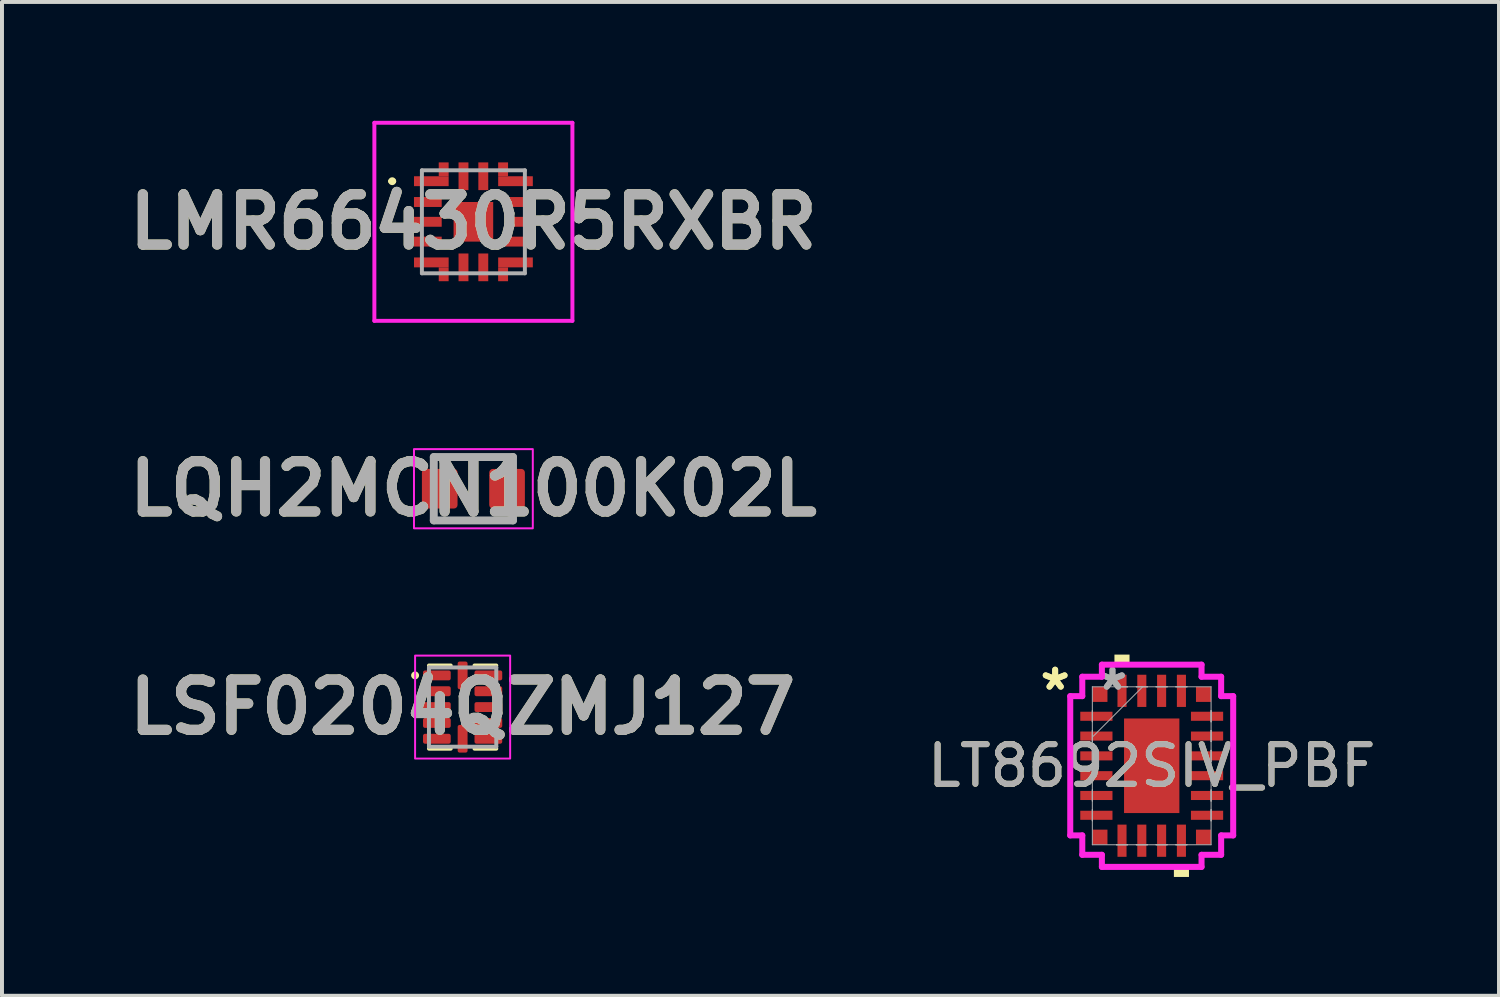
<source format=kicad_pcb>
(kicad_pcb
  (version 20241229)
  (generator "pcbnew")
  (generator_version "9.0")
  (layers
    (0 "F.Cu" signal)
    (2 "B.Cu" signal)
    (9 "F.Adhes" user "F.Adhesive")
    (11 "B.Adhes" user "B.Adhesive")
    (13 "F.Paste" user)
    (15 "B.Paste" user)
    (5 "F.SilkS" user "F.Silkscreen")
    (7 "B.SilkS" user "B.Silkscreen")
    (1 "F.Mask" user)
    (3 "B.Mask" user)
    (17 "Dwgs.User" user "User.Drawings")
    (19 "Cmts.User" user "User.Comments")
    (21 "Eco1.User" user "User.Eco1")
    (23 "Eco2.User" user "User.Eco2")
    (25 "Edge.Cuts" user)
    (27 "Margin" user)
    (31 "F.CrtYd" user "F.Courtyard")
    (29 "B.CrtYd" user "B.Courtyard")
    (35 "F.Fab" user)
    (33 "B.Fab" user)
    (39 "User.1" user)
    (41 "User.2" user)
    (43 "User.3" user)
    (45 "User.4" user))
  (footprint "LT8692SIV_PBF"
    (layer "F.Cu")
    (at 26.028 16.284)
    (property "Reference" "LT8692SIV_PBF" (at 0 0 0) (unlocked yes) (layer "F.SilkS") (effects (font (size 1 1) (thickness 0.15))))
    (attr smd)
    (fp_poly (pts (xy -0.941 -2.553) (xy -0.941 -2.807) (xy -0.56 -2.807) (xy -0.56 -2.553)) (stroke (width 0) (type solid)) (fill yes) (layer "F.SilkS"))
    (fp_poly (pts (xy 0.56 2.553) (xy 0.56 2.807) (xy 0.941 2.807) (xy 0.941 2.553)) (stroke (width 0) (type solid)) (fill yes) (layer "F.SilkS"))
    (fp_line (start -2.057 -1.758) (end -1.753 -1.758) (stroke (width 0.152) (type solid)) (layer "F.CrtYd"))
    (fp_line (start -2.057 1.758) (end -2.057 -1.758) (stroke (width 0.152) (type solid)) (layer "F.CrtYd"))
    (fp_line (start -2.057 1.758) (end -1.753 1.758) (stroke (width 0.152) (type solid)) (layer "F.CrtYd"))
    (fp_line (start -1.753 -2.248) (end -1.258 -2.248) (stroke (width 0.152) (type solid)) (layer "F.CrtYd"))
    (fp_line (start -1.753 -1.758) (end -1.753 -2.248) (stroke (width 0.152) (type solid)) (layer "F.CrtYd"))
    (fp_line (start -1.753 2.248) (end -1.753 1.758) (stroke (width 0.152) (type solid)) (layer "F.CrtYd"))
    (fp_line (start -1.258 -2.553) (end 1.258 -2.553) (stroke (width 0.152) (type solid)) (layer "F.CrtYd"))
    (fp_line (start -1.258 -2.248) (end -1.258 -2.553) (stroke (width 0.152) (type solid)) (layer "F.CrtYd"))
    (fp_line (start -1.258 2.248) (end -1.753 2.248) (stroke (width 0.152) (type solid)) (layer "F.CrtYd"))
    (fp_line (start -1.258 2.553) (end -1.258 2.248) (stroke (width 0.152) (type solid)) (layer "F.CrtYd"))
    (fp_line (start 1.258 -2.553) (end 1.258 -2.248) (stroke (width 0.152) (type solid)) (layer "F.CrtYd"))
    (fp_line (start 1.258 -2.248) (end 1.753 -2.248) (stroke (width 0.152) (type solid)) (layer "F.CrtYd"))
    (fp_line (start 1.258 2.248) (end 1.258 2.553) (stroke (width 0.152) (type solid)) (layer "F.CrtYd"))
    (fp_line (start 1.258 2.553) (end -1.258 2.553) (stroke (width 0.152) (type solid)) (layer "F.CrtYd"))
    (fp_line (start 1.753 -2.248) (end 1.753 -1.758) (stroke (width 0.152) (type solid)) (layer "F.CrtYd"))
    (fp_line (start 1.753 -1.758) (end 2.057 -1.758) (stroke (width 0.152) (type solid)) (layer "F.CrtYd"))
    (fp_line (start 1.753 1.758) (end 1.753 2.248) (stroke (width 0.152) (type solid)) (layer "F.CrtYd"))
    (fp_line (start 1.753 2.248) (end 1.258 2.248) (stroke (width 0.152) (type solid)) (layer "F.CrtYd"))
    (fp_line (start 2.057 -1.758) (end 2.057 1.758) (stroke (width 0.152) (type solid)) (layer "F.CrtYd"))
    (fp_line (start 2.057 1.758) (end 1.753 1.758) (stroke (width 0.152) (type solid)) (layer "F.CrtYd"))
    (fp_line (start -1.499 -1.994) (end -1.499 1.994) (stroke (width 0.025) (type solid)) (layer "F.Fab"))
    (fp_line (start -1.499 -1.39) (end -1.499 -1.39) (stroke (width 0.025) (type solid)) (layer "F.Fab"))
    (fp_line (start -1.499 -1.39) (end -1.499 -1.11) (stroke (width 0.025) (type solid)) (layer "F.Fab"))
    (fp_line (start -1.499 -1.11) (end -1.499 -1.39) (stroke (width 0.025) (type solid)) (layer "F.Fab"))
    (fp_line (start -1.499 -1.11) (end -1.499 -1.11) (stroke (width 0.025) (type solid)) (layer "F.Fab"))
    (fp_line (start -1.499 -0.89) (end -1.499 -0.89) (stroke (width 0.025) (type solid)) (layer "F.Fab"))
    (fp_line (start -1.499 -0.89) (end -1.499 -0.61) (stroke (width 0.025) (type solid)) (layer "F.Fab"))
    (fp_line (start -1.499 -0.724) (end -0.229 -1.994) (stroke (width 0.025) (type solid)) (layer "F.Fab"))
    (fp_line (start -1.499 -0.61) (end -1.499 -0.89) (stroke (width 0.025) (type solid)) (layer "F.Fab"))
    (fp_line (start -1.499 -0.61) (end -1.499 -0.61) (stroke (width 0.025) (type solid)) (layer "F.Fab"))
    (fp_line (start -1.499 -0.39) (end -1.499 -0.39) (stroke (width 0.025) (type solid)) (layer "F.Fab"))
    (fp_line (start -1.499 -0.39) (end -1.499 -0.11) (stroke (width 0.025) (type solid)) (layer "F.Fab"))
    (fp_line (start -1.499 -0.11) (end -1.499 -0.39) (stroke (width 0.025) (type solid)) (layer "F.Fab"))
    (fp_line (start -1.499 -0.11) (end -1.499 -0.11) (stroke (width 0.025) (type solid)) (layer "F.Fab"))
    (fp_line (start -1.499 0.11) (end -1.499 0.11) (stroke (width 0.025) (type solid)) (layer "F.Fab"))
    (fp_line (start -1.499 0.11) (end -1.499 0.39) (stroke (width 0.025) (type solid)) (layer "F.Fab"))
    (fp_line (start -1.499 0.39) (end -1.499 0.11) (stroke (width 0.025) (type solid)) (layer "F.Fab"))
    (fp_line (start -1.499 0.39) (end -1.499 0.39) (stroke (width 0.025) (type solid)) (layer "F.Fab"))
    (fp_line (start -1.499 0.61) (end -1.499 0.61) (stroke (width 0.025) (type solid)) (layer "F.Fab"))
    (fp_line (start -1.499 0.61) (end -1.499 0.89) (stroke (width 0.025) (type solid)) (layer "F.Fab"))
    (fp_line (start -1.499 0.89) (end -1.499 0.61) (stroke (width 0.025) (type solid)) (layer "F.Fab"))
    (fp_line (start -1.499 0.89) (end -1.499 0.89) (stroke (width 0.025) (type solid)) (layer "F.Fab"))
    (fp_line (start -1.499 1.11) (end -1.499 1.11) (stroke (width 0.025) (type solid)) (layer "F.Fab"))
    (fp_line (start -1.499 1.11) (end -1.499 1.39) (stroke (width 0.025) (type solid)) (layer "F.Fab"))
    (fp_line (start -1.499 1.39) (end -1.499 1.11) (stroke (width 0.025) (type solid)) (layer "F.Fab"))
    (fp_line (start -1.499 1.39) (end -1.499 1.39) (stroke (width 0.025) (type solid)) (layer "F.Fab"))
    (fp_line (start -1.499 1.994) (end 1.499 1.994) (stroke (width 0.025) (type solid)) (layer "F.Fab"))
    (fp_line (start -0.89 -1.994) (end -0.89 -1.994) (stroke (width 0.025) (type solid)) (layer "F.Fab"))
    (fp_line (start -0.89 -1.994) (end -0.61 -1.994) (stroke (width 0.025) (type solid)) (layer "F.Fab"))
    (fp_line (start -0.89 1.994) (end -0.89 1.994) (stroke (width 0.025) (type solid)) (layer "F.Fab"))
    (fp_line (start -0.89 1.994) (end -0.61 1.994) (stroke (width 0.025) (type solid)) (layer "F.Fab"))
    (fp_line (start -0.61 -1.994) (end -0.89 -1.994) (stroke (width 0.025) (type solid)) (layer "F.Fab"))
    (fp_line (start -0.61 -1.994) (end -0.61 -1.994) (stroke (width 0.025) (type solid)) (layer "F.Fab"))
    (fp_line (start -0.61 1.994) (end -0.89 1.994) (stroke (width 0.025) (type solid)) (layer "F.Fab"))
    (fp_line (start -0.61 1.994) (end -0.61 1.994) (stroke (width 0.025) (type solid)) (layer "F.Fab"))
    (fp_line (start -0.39 -1.994) (end -0.39 -1.994) (stroke (width 0.025) (type solid)) (layer "F.Fab"))
    (fp_line (start -0.39 -1.994) (end -0.11 -1.994) (stroke (width 0.025) (type solid)) (layer "F.Fab"))
    (fp_line (start -0.39 1.994) (end -0.39 1.994) (stroke (width 0.025) (type solid)) (layer "F.Fab"))
    (fp_line (start -0.39 1.994) (end -0.11 1.994) (stroke (width 0.025) (type solid)) (layer "F.Fab"))
    (fp_line (start -0.11 -1.994) (end -0.39 -1.994) (stroke (width 0.025) (type solid)) (layer "F.Fab"))
    (fp_line (start -0.11 -1.994) (end -0.11 -1.994) (stroke (width 0.025) (type solid)) (layer "F.Fab"))
    (fp_line (start -0.11 1.994) (end -0.39 1.994) (stroke (width 0.025) (type solid)) (layer "F.Fab"))
    (fp_line (start -0.11 1.994) (end -0.11 1.994) (stroke (width 0.025) (type solid)) (layer "F.Fab"))
    (fp_line (start 0.11 -1.994) (end 0.11 -1.994) (stroke (width 0.025) (type solid)) (layer "F.Fab"))
    (fp_line (start 0.11 -1.994) (end 0.39 -1.994) (stroke (width 0.025) (type solid)) (layer "F.Fab"))
    (fp_line (start 0.11 1.994) (end 0.11 1.994) (stroke (width 0.025) (type solid)) (layer "F.Fab"))
    (fp_line (start 0.11 1.994) (end 0.39 1.994) (stroke (width 0.025) (type solid)) (layer "F.Fab"))
    (fp_line (start 0.39 -1.994) (end 0.11 -1.994) (stroke (width 0.025) (type solid)) (layer "F.Fab"))
    (fp_line (start 0.39 -1.994) (end 0.39 -1.994) (stroke (width 0.025) (type solid)) (layer "F.Fab"))
    (fp_line (start 0.39 1.994) (end 0.11 1.994) (stroke (width 0.025) (type solid)) (layer "F.Fab"))
    (fp_line (start 0.39 1.994) (end 0.39 1.994) (stroke (width 0.025) (type solid)) (layer "F.Fab"))
    (fp_line (start 0.61 -1.994) (end 0.61 -1.994) (stroke (width 0.025) (type solid)) (layer "F.Fab"))
    (fp_line (start 0.61 -1.994) (end 0.89 -1.994) (stroke (width 0.025) (type solid)) (layer "F.Fab"))
    (fp_line (start 0.61 1.994) (end 0.61 1.994) (stroke (width 0.025) (type solid)) (layer "F.Fab"))
    (fp_line (start 0.61 1.994) (end 0.89 1.994) (stroke (width 0.025) (type solid)) (layer "F.Fab"))
    (fp_line (start 0.89 -1.994) (end 0.61 -1.994) (stroke (width 0.025) (type solid)) (layer "F.Fab"))
    (fp_line (start 0.89 -1.994) (end 0.89 -1.994) (stroke (width 0.025) (type solid)) (layer "F.Fab"))
    (fp_line (start 0.89 1.994) (end 0.61 1.994) (stroke (width 0.025) (type solid)) (layer "F.Fab"))
    (fp_line (start 0.89 1.994) (end 0.89 1.994) (stroke (width 0.025) (type solid)) (layer "F.Fab"))
    (fp_line (start 1.499 -1.994) (end -1.499 -1.994) (stroke (width 0.025) (type solid)) (layer "F.Fab"))
    (fp_line (start 1.499 -1.39) (end 1.499 -1.39) (stroke (width 0.025) (type solid)) (layer "F.Fab"))
    (fp_line (start 1.499 -1.39) (end 1.499 -1.11) (stroke (width 0.025) (type solid)) (layer "F.Fab"))
    (fp_line (start 1.499 -1.11) (end 1.499 -1.39) (stroke (width 0.025) (type solid)) (layer "F.Fab"))
    (fp_line (start 1.499 -1.11) (end 1.499 -1.11) (stroke (width 0.025) (type solid)) (layer "F.Fab"))
    (fp_line (start 1.499 -0.89) (end 1.499 -0.89) (stroke (width 0.025) (type solid)) (layer "F.Fab"))
    (fp_line (start 1.499 -0.89) (end 1.499 -0.61) (stroke (width 0.025) (type solid)) (layer "F.Fab"))
    (fp_line (start 1.499 -0.61) (end 1.499 -0.89) (stroke (width 0.025) (type solid)) (layer "F.Fab"))
    (fp_line (start 1.499 -0.61) (end 1.499 -0.61) (stroke (width 0.025) (type solid)) (layer "F.Fab"))
    (fp_line (start 1.499 -0.39) (end 1.499 -0.39) (stroke (width 0.025) (type solid)) (layer "F.Fab"))
    (fp_line (start 1.499 -0.39) (end 1.499 -0.11) (stroke (width 0.025) (type solid)) (layer "F.Fab"))
    (fp_line (start 1.499 -0.11) (end 1.499 -0.39) (stroke (width 0.025) (type solid)) (layer "F.Fab"))
    (fp_line (start 1.499 -0.11) (end 1.499 -0.11) (stroke (width 0.025) (type solid)) (layer "F.Fab"))
    (fp_line (start 1.499 0.11) (end 1.499 0.11) (stroke (width 0.025) (type solid)) (layer "F.Fab"))
    (fp_line (start 1.499 0.11) (end 1.499 0.39) (stroke (width 0.025) (type solid)) (layer "F.Fab"))
    (fp_line (start 1.499 0.39) (end 1.499 0.11) (stroke (width 0.025) (type solid)) (layer "F.Fab"))
    (fp_line (start 1.499 0.39) (end 1.499 0.39) (stroke (width 0.025) (type solid)) (layer "F.Fab"))
    (fp_line (start 1.499 0.61) (end 1.499 0.61) (stroke (width 0.025) (type solid)) (layer "F.Fab"))
    (fp_line (start 1.499 0.61) (end 1.499 0.89) (stroke (width 0.025) (type solid)) (layer "F.Fab"))
    (fp_line (start 1.499 0.89) (end 1.499 0.61) (stroke (width 0.025) (type solid)) (layer "F.Fab"))
    (fp_line (start 1.499 0.89) (end 1.499 0.89) (stroke (width 0.025) (type solid)) (layer "F.Fab"))
    (fp_line (start 1.499 1.11) (end 1.499 1.11) (stroke (width 0.025) (type solid)) (layer "F.Fab"))
    (fp_line (start 1.499 1.11) (end 1.499 1.39) (stroke (width 0.025) (type solid)) (layer "F.Fab"))
    (fp_line (start 1.499 1.39) (end 1.499 1.11) (stroke (width 0.025) (type solid)) (layer "F.Fab"))
    (fp_line (start 1.499 1.39) (end 1.499 1.39) (stroke (width 0.025) (type solid)) (layer "F.Fab"))
    (fp_line (start 1.499 1.994) (end 1.499 -1.994) (stroke (width 0.025) (type solid)) (layer "F.Fab"))
    (fp_text user "*" (at -2.438 -1.881 0) (unlocked yes) (layer "F.SilkS") (effects (font (size 1 1) (thickness 0.15))))
    (fp_text user "*" (at -2.438 -1.881 0) (layer "F.SilkS") (effects (font (size 1 1) (thickness 0.15))))
    (fp_text user "*" (at -0.991 -1.881 0) (unlocked yes) (layer "F.Fab") (effects (font (size 1 1) (thickness 0.15))))
    (fp_text user "${REFERENCE}" (at 0 0 0) (unlocked yes) (layer "F.Fab") (effects (font (size 1 1) (thickness 0.15))))
    (fp_text user "*" (at -0.991 -1.881 0) (layer "F.Fab") (effects (font (size 1 1) (thickness 0.15))))
    (pad "1" smd rect (at -1.397 -1.25 90) (size 0.229 0.813) (layers "F.Cu" "F.Mask" "F.Paste"))
    (pad "2" smd rect (at -1.397 -0.75 90) (size 0.229 0.813) (layers "F.Cu" "F.Mask" "F.Paste"))
    (pad "3" smd rect (at -1.397 -0.25 90) (size 0.229 0.813) (layers "F.Cu" "F.Mask" "F.Paste"))
    (pad "4" smd rect (at -1.397 0.25 90) (size 0.229 0.813) (layers "F.Cu" "F.Mask" "F.Paste"))
    (pad "5" smd rect (at -1.397 0.75 90) (size 0.229 0.813) (layers "F.Cu" "F.Mask" "F.Paste"))
    (pad "6" smd rect (at -1.397 1.25 90) (size 0.229 0.813) (layers "F.Cu" "F.Mask" "F.Paste"))
    (pad "7" smd rect (at -0.75 1.892) (size 0.229 0.813) (layers "F.Cu" "F.Mask" "F.Paste"))
    (pad "8" smd rect (at -0.25 1.892) (size 0.229 0.813) (layers "F.Cu" "F.Mask" "F.Paste"))
    (pad "9" smd rect (at 0.25 1.892) (size 0.229 0.813) (layers "F.Cu" "F.Mask" "F.Paste"))
    (pad "10" smd rect (at 0.75 1.892) (size 0.229 0.813) (layers "F.Cu" "F.Mask" "F.Paste"))
    (pad "11" smd rect (at 1.397 1.25 90) (size 0.229 0.813) (layers "F.Cu" "F.Mask" "F.Paste"))
    (pad "12" smd rect (at 1.397 0.75 90) (size 0.229 0.813) (layers "F.Cu" "F.Mask" "F.Paste"))
    (pad "13" smd rect (at 1.397 0.25 90) (size 0.229 0.813) (layers "F.Cu" "F.Mask" "F.Paste"))
    (pad "14" smd rect (at 1.397 -0.25 90) (size 0.229 0.813) (layers "F.Cu" "F.Mask" "F.Paste"))
    (pad "15" smd rect (at 1.397 -0.75 90) (size 0.229 0.813) (layers "F.Cu" "F.Mask" "F.Paste"))
    (pad "16" smd rect (at 1.397 -1.25 90) (size 0.229 0.813) (layers "F.Cu" "F.Mask" "F.Paste"))
    (pad "17" smd rect (at 0.75 -1.892) (size 0.229 0.813) (layers "F.Cu" "F.Mask" "F.Paste"))
    (pad "18" smd rect (at 0.25 -1.892) (size 0.229 0.813) (layers "F.Cu" "F.Mask" "F.Paste"))
    (pad "19" smd rect (at -0.25 -1.892) (size 0.229 0.813) (layers "F.Cu" "F.Mask" "F.Paste"))
    (pad "20" smd rect (at -0.75 -1.892) (size 0.229 0.813) (layers "F.Cu" "F.Mask" "F.Paste"))
    (pad "21" smd rect (at 0 0) (size 1.397 2.388) (layers "F.Cu" "F.Mask" "F.Paste"))
    (pad "22" smd rect (at -1.308 -1.803) (size 0.381 0.381) (layers "F.Cu" "F.Mask" "F.Paste"))
    (pad "23" smd rect (at -1.308 1.803) (size 0.381 0.381) (layers "F.Cu" "F.Mask" "F.Paste"))
    (pad "24" smd rect (at 1.308 1.803) (size 0.381 0.381) (layers "F.Cu" "F.Mask" "F.Paste"))
    (pad "25" smd rect (at 1.308 -1.803) (size 0.381 0.381) (layers "F.Cu" "F.Mask" "F.Paste")))
  (footprint "LSF0204QZMJ127"
    (layer "F.Cu")
    (at 8.63 14.802)
    (property "Reference" "LSF0204QZMJ127" (at 0 0 0) (layer "F.SilkS") (effects (font (size 1.27 1.27) (thickness 0.254))))
    (attr smd)
    (fp_line (start -0.85 -1.05) (end -0.3 -1.05) (stroke (width 0.1) (type default)) (layer "F.SilkS"))
    (fp_line (start -0.85 1.05) (end -0.3 1.05) (stroke (width 0.1) (type default)) (layer "F.SilkS"))
    (fp_line (start 0.85 -1.05) (end 0.3 -1.05) (stroke (width 0.1) (type default)) (layer "F.SilkS"))
    (fp_line (start 0.85 1.05) (end 0.3 1.05) (stroke (width 0.1) (type default)) (layer "F.SilkS"))
    (fp_circle (center -1.2 -0.8) (end -1.1 -0.8) (stroke (width 0) (type solid)) (fill yes) (layer "F.SilkS"))
    (fp_rect (start -1.2 -1.3) (end 1.2 1.3) (stroke (width 0.05) (type default)) (fill no) (layer "F.CrtYd"))
    (fp_line (start -0.85 -1) (end 0.85 -1) (stroke (width 0.1) (type solid)) (layer "F.Fab"))
    (fp_line (start -0.85 1) (end -0.85 -1) (stroke (width 0.1) (type solid)) (layer "F.Fab"))
    (fp_line (start 0.85 -1) (end 0.85 1) (stroke (width 0.1) (type solid)) (layer "F.Fab"))
    (fp_line (start 0.85 1) (end -0.85 1) (stroke (width 0.1) (type solid)) (layer "F.Fab"))
    (fp_text user "${REFERENCE}" (at 0 0 0) (layer "F.Fab") (effects (font (size 1.27 1.27) (thickness 0.254))))
    (pad "1" smd roundrect (at -0.65 -0.8 90) (size 0.25 0.7) (layers "F.Cu" "F.Mask" "F.Paste") (roundrect_rratio 0.2))
    (pad "2" smd roundrect (at -0.65 -0.4 90) (size 0.25 0.7) (layers "F.Cu" "F.Mask" "F.Paste") (roundrect_rratio 0.2))
    (pad "3" smd roundrect (at -0.65 0 90) (size 0.25 0.7) (layers "F.Cu" "F.Mask" "F.Paste") (roundrect_rratio 0.2))
    (pad "4" smd roundrect (at -0.65 0.4 90) (size 0.25 0.7) (layers "F.Cu" "F.Mask" "F.Paste") (roundrect_rratio 0.2))
    (pad "5" smd roundrect (at -0.65 0.8 90) (size 0.25 0.7) (layers "F.Cu" "F.Mask" "F.Paste") (roundrect_rratio 0.2))
    (pad "6" smd roundrect (at 0 0.8) (size 0.25 0.7) (layers "F.Cu" "F.Mask" "F.Paste") (roundrect_rratio 0.2))
    (pad "7" smd roundrect (at 0.65 0.8 90) (size 0.25 0.7) (layers "F.Cu" "F.Mask" "F.Paste") (roundrect_rratio 0.2))
    (pad "8" smd roundrect (at 0.65 0.4 90) (size 0.25 0.7) (layers "F.Cu" "F.Mask" "F.Paste") (roundrect_rratio 0.2))
    (pad "9" smd roundrect (at 0.65 0 90) (size 0.25 0.7) (layers "F.Cu" "F.Mask" "F.Paste") (roundrect_rratio 0.2))
    (pad "10" smd roundrect (at 0.65 -0.4 90) (size 0.25 0.7) (layers "F.Cu" "F.Mask" "F.Paste") (roundrect_rratio 0.2))
    (pad "11" smd roundrect (at 0.65 -0.8 90) (size 0.25 0.7) (layers "F.Cu" "F.Mask" "F.Paste") (roundrect_rratio 0.2))
    (pad "12" smd roundrect (at 0 -0.8) (size 0.25 0.7) (layers "F.Cu" "F.Mask" "F.Paste") (roundrect_rratio 0.2)))
  (footprint "LQH2MCN100K02L"
    (layer "F.Cu")
    (at 8.902 9.289)
    (property "Reference" "LQH2MCN100K02L" (at 0 0 0) (layer "F.SilkS") (effects (font (size 1.27 1.27) (thickness 0.254))))
    (attr smd)
    (fp_line (start -1 -0.8) (end 1 -0.8) (stroke (width 0.1) (type solid)) (layer "F.SilkS"))
    (fp_line (start -1 0.8) (end 1 0.8) (stroke (width 0.1) (type solid)) (layer "F.SilkS"))
    (fp_rect (start -1.5 -1) (end 1.5 1) (stroke (width 0.05) (type default)) (fill no) (layer "F.CrtYd"))
    (fp_line (start -1 -0.8) (end 1 -0.8) (stroke (width 0.2) (type solid)) (layer "F.Fab"))
    (fp_line (start -1 0.8) (end -1 -0.8) (stroke (width 0.2) (type solid)) (layer "F.Fab"))
    (fp_line (start 1 -0.8) (end 1 0.8) (stroke (width 0.2) (type solid)) (layer "F.Fab"))
    (fp_line (start 1 0.8) (end -1 0.8) (stroke (width 0.2) (type solid)) (layer "F.Fab"))
    (fp_text user "${REFERENCE}" (at 0 0 0) (layer "F.Fab") (effects (font (size 1.27 1.27) (thickness 0.254))))
    (pad "1" smd roundrect (at -0.85 0) (size 0.9 1) (layers "F.Cu" "F.Mask" "F.Paste") (roundrect_rratio 0.1))
    (pad "2" smd roundrect (at 0.85 0) (size 0.9 1) (layers "F.Cu" "F.Mask" "F.Paste") (roundrect_rratio 0.1)))
  (footprint "LMR66430R5RXBR"
    (layer "F.Cu")
    (at 8.902 2.55)
    (property "Reference" "LMR66430R5RXBR" (at 0 0 0) (layer "F.SilkS") (effects (font (size 1.27 1.27) (thickness 0.254))))
    (attr smd)
    (fp_line (start -2.1 -1.025) (end -2.1 -1.025) (stroke (width 0.1) (type solid)) (layer "F.SilkS"))
    (fp_line (start -2 -1.025) (end -2 -1.025) (stroke (width 0.1) (type solid)) (layer "F.SilkS"))
    (fp_arc (start -2.1 -1.025) (mid -2.05 -1.075) (end -2 -1.025) (stroke (width 0.1) (type solid)) (layer "F.SilkS"))
    (fp_arc (start -2 -1.025) (mid -2.05 -0.975) (end -2.1 -1.025) (stroke (width 0.1) (type solid)) (layer "F.SilkS"))
    (fp_line (start -2.5 -2.5) (end 2.5 -2.5) (stroke (width 0.1) (type solid)) (layer "F.CrtYd"))
    (fp_line (start -2.5 2.5) (end -2.5 -2.5) (stroke (width 0.1) (type solid)) (layer "F.CrtYd"))
    (fp_line (start 2.5 -2.5) (end 2.5 2.5) (stroke (width 0.1) (type solid)) (layer "F.CrtYd"))
    (fp_line (start 2.5 2.5) (end -2.5 2.5) (stroke (width 0.1) (type solid)) (layer "F.CrtYd"))
    (fp_line (start -1.3 -1.3) (end 1.3 -1.3) (stroke (width 0.1) (type solid)) (layer "F.Fab"))
    (fp_line (start -1.3 1.3) (end -1.3 -1.3) (stroke (width 0.1) (type solid)) (layer "F.Fab"))
    (fp_line (start 1.3 -1.3) (end 1.3 1.3) (stroke (width 0.1) (type solid)) (layer "F.Fab"))
    (fp_line (start 1.3 1.3) (end -1.3 1.3) (stroke (width 0.1) (type solid)) (layer "F.Fab"))
    (fp_text user "${REFERENCE}" (at 0 0 0) (layer "F.Fab") (effects (font (size 1.27 1.27) (thickness 0.254))))
    (pad "1" smd rect (at -1.062 -1.025 90) (size 0.25 0.875) (layers "F.Cu" "F.Mask" "F.Paste"))
    (pad "2" smd rect (at -1.15 -0.5 90) (size 0.25 0.7) (layers "F.Cu" "F.Mask" "F.Paste"))
    (pad "3" smd rect (at -1.15 0 90) (size 0.25 0.7) (layers "F.Cu" "F.Mask" "F.Paste"))
    (pad "4" smd rect (at -1.15 0.5 90) (size 0.25 0.7) (layers "F.Cu" "F.Mask" "F.Paste"))
    (pad "5" smd rect (at -1.062 1.025 90) (size 0.25 0.875) (layers "F.Cu" "F.Mask" "F.Paste"))
    (pad "6" smd rect (at -0.25 1.15) (size 0.25 0.7) (layers "F.Cu" "F.Mask" "F.Paste"))
    (pad "7" smd rect (at 0.25 1.15) (size 0.25 0.7) (layers "F.Cu" "F.Mask" "F.Paste"))
    (pad "8" smd rect (at 1.063 1.025 90) (size 0.25 0.875) (layers "F.Cu" "F.Mask" "F.Paste"))
    (pad "9" smd rect (at 1.15 0.5 90) (size 0.25 0.7) (layers "F.Cu" "F.Mask" "F.Paste"))
    (pad "10" smd rect (at 1.15 0 90) (size 0.25 0.7) (layers "F.Cu" "F.Mask" "F.Paste"))
    (pad "11" smd rect (at 1.15 -0.5 90) (size 0.25 0.7) (layers "F.Cu" "F.Mask" "F.Paste"))
    (pad "12" smd rect (at 1.063 -1.025 90) (size 0.25 0.875) (layers "F.Cu" "F.Mask" "F.Paste"))
    (pad "13" smd rect (at 0.25 -1.15) (size 0.25 0.7) (layers "F.Cu" "F.Mask" "F.Paste"))
    (pad "14" smd rect (at -0.25 -1.15) (size 0.25 0.7) (layers "F.Cu" "F.Mask" "F.Paste"))
    (pad "15" smd rect (at 0 0) (size 1 1) (layers "F.Cu" "F.Mask" "F.Paste"))
    (pad "16" smd rect (at -0.75 -1.325) (size 0.25 0.35) (layers "F.Cu" "F.Mask" "F.Paste"))
    (pad "17" smd rect (at -0.75 1.325) (size 0.25 0.35) (layers "F.Cu" "F.Mask" "F.Paste"))
    (pad "18" smd rect (at 0.75 1.325) (size 0.25 0.35) (layers "F.Cu" "F.Mask" "F.Paste"))
    (pad "19" smd rect (at 0.75 -1.325) (size 0.25 0.35) (layers "F.Cu" "F.Mask" "F.Paste")))
  (gr_rect
    (start -3 -3)
    (end 34.796 22.091)
    (stroke (width 0.1) (type default))
    (fill no)
    (layer "Edge.Cuts")))
</source>
